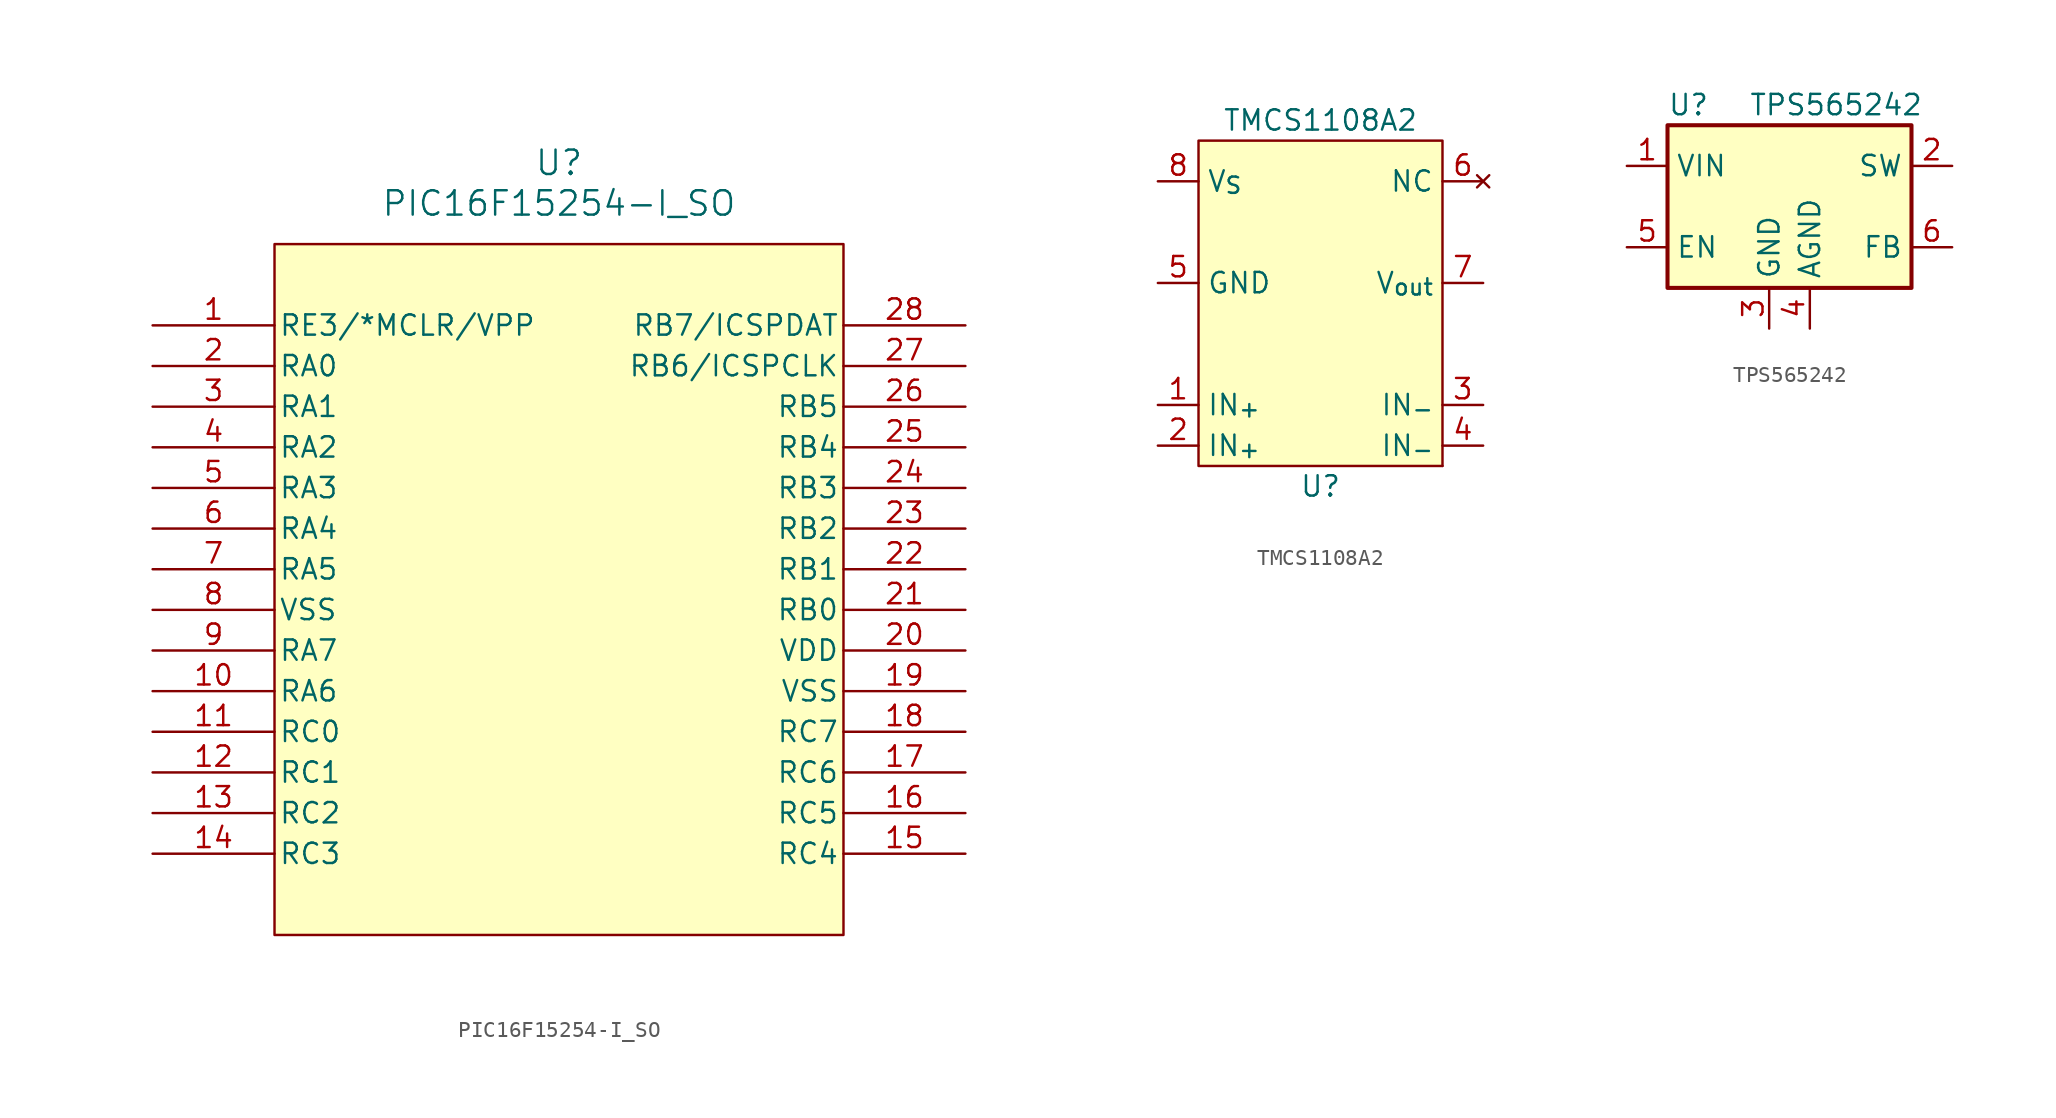
<source format=kicad_sym>
(kicad_symbol_lib
  (version 20211014)
  (generator kicad_symbol_editor)
  (symbol "PIC16F15254-I_SO"
    (pin_names
      (offset 0.254))
    (property "Reference" "U"
      (at 25.4 10.16 0)
      (effects (font (size 1.524 1.524))))
    (property "Value" "PIC16F15254-I_SO"
      (at 25.4 7.62 0)
      (effects (font (size 1.524 1.524))))
    (property "ki_locked" ""
      (at 0 0 0)
      (effects (font (size 1.27 1.27))))
    (symbol "PIC16F15254-I_SO_0_1"
      (pin bidirectional line (at 0 0 0) (length 7.62) (name "RE3/*MCLR/VPP" (effects (font (size 1.27 1.27)))) (number "1" (effects (font (size 1.27 1.27)))))
      (pin bidirectional line (at 0 -22.86 0) (length 7.62) (name "RA6" (effects (font (size 1.27 1.27)))) (number "10" (effects (font (size 1.27 1.27)))))
      (pin bidirectional line (at 0 -25.4 0) (length 7.62) (name "RC0" (effects (font (size 1.27 1.27)))) (number "11" (effects (font (size 1.27 1.27)))))
      (pin bidirectional line (at 0 -27.94 0) (length 7.62) (name "RC1" (effects (font (size 1.27 1.27)))) (number "12" (effects (font (size 1.27 1.27)))))
      (pin bidirectional line (at 0 -30.48 0) (length 7.62) (name "RC2" (effects (font (size 1.27 1.27)))) (number "13" (effects (font (size 1.27 1.27)))))
      (pin bidirectional line (at 0 -33.02 0) (length 7.62) (name "RC3" (effects (font (size 1.27 1.27)))) (number "14" (effects (font (size 1.27 1.27)))))
      (pin bidirectional line (at 50.8 -33.02 180) (length 7.62) (name "RC4" (effects (font (size 1.27 1.27)))) (number "15" (effects (font (size 1.27 1.27)))))
      (pin bidirectional line (at 50.8 -30.48 180) (length 7.62) (name "RC5" (effects (font (size 1.27 1.27)))) (number "16" (effects (font (size 1.27 1.27)))))
      (pin bidirectional line (at 50.8 -27.94 180) (length 7.62) (name "RC6" (effects (font (size 1.27 1.27)))) (number "17" (effects (font (size 1.27 1.27)))))
      (pin bidirectional line (at 50.8 -25.4 180) (length 7.62) (name "RC7" (effects (font (size 1.27 1.27)))) (number "18" (effects (font (size 1.27 1.27)))))
      (pin power_in line (at 50.8 -22.86 180) (length 7.62) (name "VSS" (effects (font (size 1.27 1.27)))) (number "19" (effects (font (size 1.27 1.27)))))
      (pin bidirectional line (at 0 -2.54 0) (length 7.62) (name "RA0" (effects (font (size 1.27 1.27)))) (number "2" (effects (font (size 1.27 1.27)))))
      (pin power_in line (at 50.8 -20.32 180) (length 7.62) (name "VDD" (effects (font (size 1.27 1.27)))) (number "20" (effects (font (size 1.27 1.27)))))
      (pin bidirectional line (at 50.8 -17.78 180) (length 7.62) (name "RB0" (effects (font (size 1.27 1.27)))) (number "21" (effects (font (size 1.27 1.27)))))
      (pin bidirectional line (at 50.8 -15.24 180) (length 7.62) (name "RB1" (effects (font (size 1.27 1.27)))) (number "22" (effects (font (size 1.27 1.27)))))
      (pin bidirectional line (at 50.8 -12.7 180) (length 7.62) (name "RB2" (effects (font (size 1.27 1.27)))) (number "23" (effects (font (size 1.27 1.27)))))
      (pin bidirectional line (at 50.8 -10.16 180) (length 7.62) (name "RB3" (effects (font (size 1.27 1.27)))) (number "24" (effects (font (size 1.27 1.27)))))
      (pin bidirectional line (at 50.8 -7.62 180) (length 7.62) (name "RB4" (effects (font (size 1.27 1.27)))) (number "25" (effects (font (size 1.27 1.27)))))
      (pin bidirectional line (at 50.8 -5.08 180) (length 7.62) (name "RB5" (effects (font (size 1.27 1.27)))) (number "26" (effects (font (size 1.27 1.27)))))
      (pin bidirectional line (at 50.8 -2.54 180) (length 7.62) (name "RB6/ICSPCLK" (effects (font (size 1.27 1.27)))) (number "27" (effects (font (size 1.27 1.27)))))
      (pin bidirectional line (at 50.8 0 180) (length 7.62) (name "RB7/ICSPDAT" (effects (font (size 1.27 1.27)))) (number "28" (effects (font (size 1.27 1.27)))))
      (pin bidirectional line (at 0 -5.08 0) (length 7.62) (name "RA1" (effects (font (size 1.27 1.27)))) (number "3" (effects (font (size 1.27 1.27)))))
      (pin bidirectional line (at 0 -7.62 0) (length 7.62) (name "RA2" (effects (font (size 1.27 1.27)))) (number "4" (effects (font (size 1.27 1.27)))))
      (pin bidirectional line (at 0 -10.16 0) (length 7.62) (name "RA3" (effects (font (size 1.27 1.27)))) (number "5" (effects (font (size 1.27 1.27)))))
      (pin bidirectional line (at 0 -12.7 0) (length 7.62) (name "RA4" (effects (font (size 1.27 1.27)))) (number "6" (effects (font (size 1.27 1.27)))))
      (pin bidirectional line (at 0 -15.24 0) (length 7.62) (name "RA5" (effects (font (size 1.27 1.27)))) (number "7" (effects (font (size 1.27 1.27)))))
      (pin power_in line (at 0 -17.78 0) (length 7.62) (name "VSS" (effects (font (size 1.27 1.27)))) (number "8" (effects (font (size 1.27 1.27)))))
      (pin bidirectional line (at 0 -20.32 0) (length 7.62) (name "RA7" (effects (font (size 1.27 1.27)))) (number "9" (effects (font (size 1.27 1.27))))))
    (symbol "PIC16F15254-I_SO_1_1"
      (rectangle (start 7.62 5.08) (end 43.18 -38.1) (stroke (width 0) (type default) (color 0 0 0 0)) (fill (type background)))))
  (symbol "TMCS1108A2"
    (property "Reference" "U"
      (at 0 -11.43 0)
      (effects (font (size 1.27 1.27))))
    (property "Value" "TMCS1108A2"
      (at 0 11.43 0)
      (effects (font (size 1.27 1.27))))
    (symbol "TMCS1108A2_0_1"
      (rectangle (start -7.62 10.16) (end 7.62 -10.16) (stroke (width 0) (type default) (color 0 0 0 0)) (fill (type background)))
      (rectangle (start 7.62 -10.16) (end 7.62 -10.16) (stroke (width 0) (type default) (color 0 0 0 0)) (fill (type none))))
    (symbol "TMCS1108A2_1_1"
      (pin passive line (at -10.16 -6.35 0) (length 2.54) (name "IN_{+}" (effects (font (size 1.27 1.27)))) (number "1" (effects (font (size 1.27 1.27)))))
      (pin passive line (at -10.16 -8.89 0) (length 2.54) (name "IN_{+}" (effects (font (size 1.27 1.27)))) (number "2" (effects (font (size 1.27 1.27)))))
      (pin passive line (at 10.16 -6.35 180) (length 2.54) (name "IN_{-}" (effects (font (size 1.27 1.27)))) (number "3" (effects (font (size 1.27 1.27)))))
      (pin passive line (at 10.16 -8.89 180) (length 2.54) (name "IN_{-}" (effects (font (size 1.27 1.27)))) (number "4" (effects (font (size 1.27 1.27)))))
      (pin power_in line (at -10.16 1.27 0) (length 2.54) (name "GND" (effects (font (size 1.27 1.27)))) (number "5" (effects (font (size 1.27 1.27)))))
      (pin no_connect line (at 10.16 7.62 180) (length 2.54) (name "NC" (effects (font (size 1.27 1.27)))) (number "6" (effects (font (size 1.27 1.27)))))
      (pin output line (at 10.16 1.27 180) (length 2.54) (name "V_{out}" (effects (font (size 1.27 1.27)))) (number "7" (effects (font (size 1.27 1.27)))))
      (pin power_in line (at -10.16 7.62 0) (length 2.54) (name "V_{S}" (effects (font (size 1.27 1.27)))) (number "8" (effects (font (size 1.27 1.27)))))))
  (symbol "TPS565242"
    (property "Reference" "U"
      (at -7.62 6.35 0)
      (effects (font (size 1.27 1.27)) (justify left)))
    (property "Value" "TPS565242"
      (at -2.54 6.35 0)
      (effects (font (size 1.27 1.27)) (justify left)))
    (symbol "TPS565242_0_1"
      (rectangle (start -7.62 5.08) (end 7.62 -5.08) (stroke (width 0.254) (type default) (color 0 0 0 0)) (fill (type background))))
    (symbol "TPS565242_1_1"
      (pin power_in line (at -10.16 2.54 0) (length 2.54) (name "VIN" (effects (font (size 1.27 1.27)))) (number "1" (effects (font (size 1.27 1.27)))))
      (pin power_out line (at 10.16 2.54 180) (length 2.54) (name "SW" (effects (font (size 1.27 1.27)))) (number "2" (effects (font (size 1.27 1.27)))))
      (pin power_in line (at -1.27 -7.62 90) (length 2.54) (name "GND" (effects (font (size 1.27 1.27)))) (number "3" (effects (font (size 1.27 1.27)))))
      (pin power_in line (at 1.27 -7.62 90) (length 2.54) (name "AGND" (effects (font (size 1.27 1.27)))) (number "4" (effects (font (size 1.27 1.27)))))
      (pin input line (at -10.16 -2.54 0) (length 2.54) (name "EN" (effects (font (size 1.27 1.27)))) (number "5" (effects (font (size 1.27 1.27)))))
      (pin input line (at 10.16 -2.54 180) (length 2.54) (name "FB" (effects (font (size 1.27 1.27)))) (number "6" (effects (font (size 1.27 1.27))))))))
</source>
